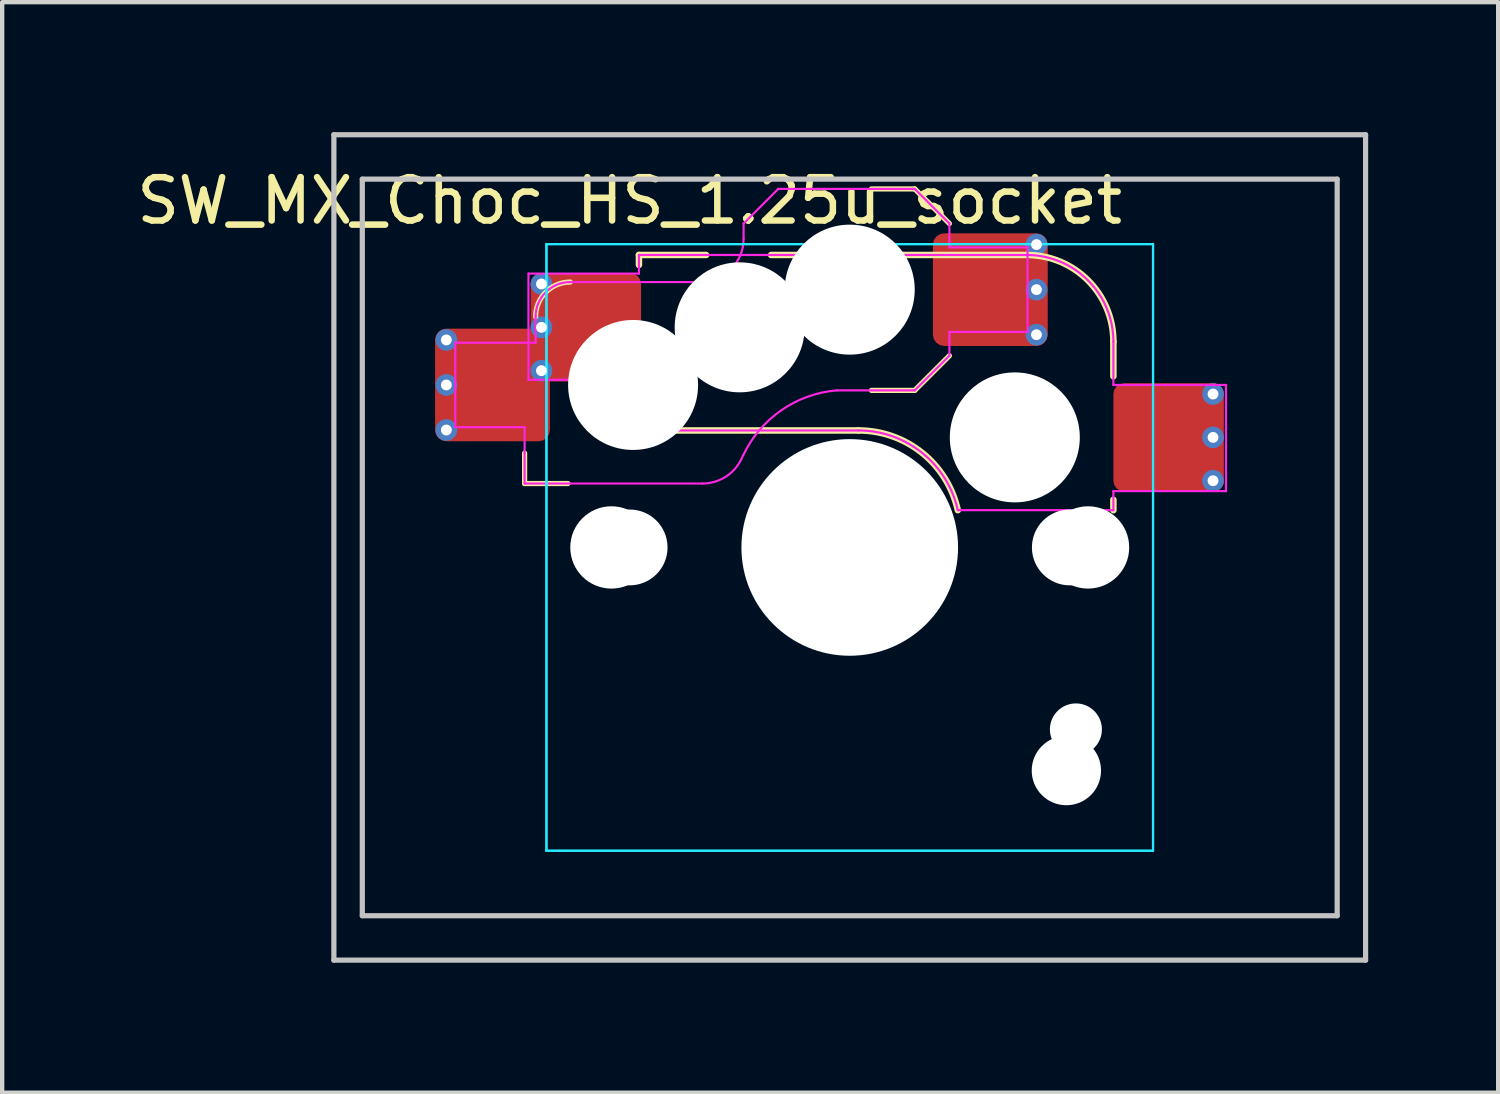
<source format=kicad_pcb>
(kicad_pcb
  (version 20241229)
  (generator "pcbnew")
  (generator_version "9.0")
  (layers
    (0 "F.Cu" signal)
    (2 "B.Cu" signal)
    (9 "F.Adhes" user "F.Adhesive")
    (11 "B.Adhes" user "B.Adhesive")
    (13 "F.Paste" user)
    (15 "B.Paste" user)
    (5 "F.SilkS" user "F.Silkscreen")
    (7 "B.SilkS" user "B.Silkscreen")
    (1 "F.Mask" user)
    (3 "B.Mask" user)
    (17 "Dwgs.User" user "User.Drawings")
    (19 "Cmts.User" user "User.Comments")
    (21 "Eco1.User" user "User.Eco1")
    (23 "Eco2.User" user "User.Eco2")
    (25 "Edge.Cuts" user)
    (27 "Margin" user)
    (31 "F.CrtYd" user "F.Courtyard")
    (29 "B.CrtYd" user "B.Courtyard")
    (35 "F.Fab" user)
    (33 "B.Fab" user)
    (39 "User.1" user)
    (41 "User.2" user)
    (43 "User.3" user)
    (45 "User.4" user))
  (footprint "SW_MX_Choc_HS_1.25u_socket"
    (layer "F.Cu")
    (at 16.562 9.585)
    (property "Reference" "SW_MX_Choc_HS_1.25u_socket" (at -5.08 -8.001 0) (layer "F.SilkS") (effects (font (size 1 1) (thickness 0.15))))
    (attr smd)
    (fp_line (start -7.504 -1.475) (end -7.504 -2.175) (stroke (width 0.12) (type solid)) (layer "F.SilkS"))
    (fp_line (start -7.504 -1.475) (end -6.504 -1.475) (stroke (width 0.12) (type solid)) (layer "F.SilkS"))
    (fp_line (start -4.865 -6.75) (end -4.865 -6.52) (stroke (width 0.15) (type solid)) (layer "F.SilkS"))
    (fp_line (start -4.865 -3.67) (end -4.865 -3.2) (stroke (width 0.15) (type solid)) (layer "F.SilkS"))
    (fp_line (start -4.365 -2.7) (end 0.2 -2.7) (stroke (width 0.15) (type solid)) (layer "F.SilkS"))
    (fp_line (start -3.315 -6.75) (end -4.865 -6.75) (stroke (width 0.15) (type solid)) (layer "F.SilkS"))
    (fp_line (start 1.5 -8.275) (end 0.5 -8.275) (stroke (width 0.12) (type solid)) (layer "F.SilkS"))
    (fp_line (start 1.5 -3.625) (end 0.5 -3.625) (stroke (width 0.12) (type solid)) (layer "F.SilkS"))
    (fp_line (start 1.5 -3.625) (end 2.3 -4.425) (stroke (width 0.12) (type solid)) (layer "F.SilkS"))
    (fp_line (start 2.3 -7.475) (end 1.5 -8.275) (stroke (width 0.12) (type solid)) (layer "F.SilkS"))
    (fp_line (start 4.085 -6.75) (end -1.815 -6.75) (stroke (width 0.15) (type solid)) (layer "F.SilkS"))
    (fp_line (start 6.085 -3.95) (end 6.085 -4.75) (stroke (width 0.15) (type solid)) (layer "F.SilkS"))
    (fp_line (start 6.085 -1.1) (end 6.085 -0.86) (stroke (width 0.15) (type solid)) (layer "F.SilkS"))
    (fp_arc (start -7.25 -5.325) (mid -7.015685 -5.890685) (end -6.45 -6.125) (stroke (width 0.12) (type solid)) (layer "F.SilkS"))
    (fp_arc (start -4.364824 -2.70022) (mid -4.718377 -2.846667) (end -4.864824 -3.20022) (stroke (width 0.15) (type solid)) (layer "F.SilkS"))
    (fp_arc (start 0.2 -2.70022) (mid 1.670693 -2.183637) (end 2.494322 -0.86022) (stroke (width 0.15) (type solid)) (layer "F.SilkS"))
    (fp_arc (start 4.085176 -6.75022) (mid 5.49939 -6.164434) (end 6.085176 -4.75022) (stroke (width 0.15) (type solid)) (layer "F.SilkS"))
    (fp_line (start -11.906 -9.525) (end 11.906 -9.525) (stroke (width 0.12) (type solid)) (layer "Dwgs.User"))
    (fp_line (start -11.906 9.525) (end -11.906 -9.525) (stroke (width 0.12) (type solid)) (layer "Dwgs.User"))
    (fp_line (start -11.25 -8.5) (end -11.25 8.5) (stroke (width 0.12) (type solid)) (layer "Dwgs.User"))
    (fp_line (start -11.25 8.5) (end 11.25 8.5) (stroke (width 0.12) (type solid)) (layer "Dwgs.User"))
    (fp_line (start 11.25 -8.5) (end -11.25 -8.5) (stroke (width 0.12) (type solid)) (layer "Dwgs.User"))
    (fp_line (start 11.25 8.5) (end 11.25 -8.5) (stroke (width 0.12) (type solid)) (layer "Dwgs.User"))
    (fp_line (start 11.906 -9.525) (end 11.906 9.525) (stroke (width 0.12) (type solid)) (layer "Dwgs.User"))
    (fp_line (start 11.906 9.525) (end -11.906 9.525) (stroke (width 0.12) (type solid)) (layer "Dwgs.User"))
    (fp_line (start -7 -6.5) (end -7 6.5) (stroke (width 0.05) (type solid)) (layer "Eco2.User"))
    (fp_line (start -6.95 -6.45) (end -6.95 6.45) (stroke (width 0.05) (type solid)) (layer "Eco2.User"))
    (fp_line (start -6.5 7) (end 6.5 7) (stroke (width 0.05) (type solid)) (layer "Eco2.User"))
    (fp_line (start -6.45 6.95) (end 6.45 6.95) (stroke (width 0.05) (type solid)) (layer "Eco2.User"))
    (fp_line (start 6.45 -6.95) (end -6.45 -6.95) (stroke (width 0.05) (type solid)) (layer "Eco2.User"))
    (fp_line (start 6.5 -7) (end -6.5 -7) (stroke (width 0.05) (type solid)) (layer "Eco2.User"))
    (fp_line (start 6.95 6.45) (end 6.95 -6.45) (stroke (width 0.05) (type solid)) (layer "Eco2.User"))
    (fp_line (start 7 6.5) (end 7 -6.5) (stroke (width 0.05) (type solid)) (layer "Eco2.User"))
    (fp_arc (start -7 -6.5) (mid -6.853553 -6.853553) (end -6.5 -7) (stroke (width 0.05) (type solid)) (layer "Eco2.User"))
    (fp_arc (start -6.95 -6.45) (mid -6.803553 -6.803553) (end -6.45 -6.95) (stroke (width 0.05) (type solid)) (layer "Eco2.User"))
    (fp_arc (start -6.497236 6.998884) (mid -6.850789 6.852437) (end -6.997236 6.498884) (stroke (width 0.05) (type solid)) (layer "Eco2.User"))
    (fp_arc (start -6.45 6.95) (mid -6.803553 6.803553) (end -6.95 6.45) (stroke (width 0.05) (type solid)) (layer "Eco2.User"))
    (fp_arc (start 6.45 -6.95) (mid 6.803553 -6.803553) (end 6.95 -6.45) (stroke (width 0.05) (type solid)) (layer "Eco2.User"))
    (fp_arc (start 6.5 -7) (mid 6.853553 -6.853553) (end 7 -6.5) (stroke (width 0.05) (type solid)) (layer "Eco2.User"))
    (fp_arc (start 6.95 6.45) (mid 6.803553 6.803553) (end 6.45 6.95) (stroke (width 0.05) (type solid)) (layer "Eco2.User"))
    (fp_arc (start 7 6.5) (mid 6.853553 6.853553) (end 6.5 7) (stroke (width 0.05) (type solid)) (layer "Eco2.User"))
    (fp_line (start -7 -7) (end -7 7) (stroke (width 0.05) (type solid)) (layer "B.CrtYd"))
    (fp_line (start -7 -7) (end 7 -7) (stroke (width 0.05) (type solid)) (layer "B.CrtYd"))
    (fp_line (start -7 7) (end -7 -7) (stroke (width 0.05) (type solid)) (layer "B.CrtYd"))
    (fp_line (start -7 7) (end 7 7) (stroke (width 0.05) (type solid)) (layer "B.CrtYd"))
    (fp_line (start 7 -7) (end -7 -7) (stroke (width 0.05) (type solid)) (layer "B.CrtYd"))
    (fp_line (start 7 -7) (end 7 7) (stroke (width 0.05) (type solid)) (layer "B.CrtYd"))
    (fp_line (start 7 7) (end -7 7) (stroke (width 0.05) (type solid)) (layer "B.CrtYd"))
    (fp_line (start 7 7) (end 7 -7) (stroke (width 0.05) (type solid)) (layer "B.CrtYd"))
    (fp_line (start -9.104 -4.725) (end -9.104 -2.775) (stroke (width 0.05) (type solid)) (layer "F.CrtYd"))
    (fp_line (start -9.104 -2.775) (end -7.504 -2.775) (stroke (width 0.05) (type solid)) (layer "F.CrtYd"))
    (fp_line (start -7.504 -2.175) (end -7.504 -2.775) (stroke (width 0.05) (type solid)) (layer "F.CrtYd"))
    (fp_line (start -7.504 -1.475) (end -7.504 -2.175) (stroke (width 0.05) (type solid)) (layer "F.CrtYd"))
    (fp_line (start -7.504 -1.475) (end -3.4 -1.475) (stroke (width 0.05) (type solid)) (layer "F.CrtYd"))
    (fp_line (start -7.415 -6.32) (end -4.865 -6.32) (stroke (width 0.05) (type solid)) (layer "F.CrtYd"))
    (fp_line (start -7.415 -3.87) (end -7.415 -6.32) (stroke (width 0.05) (type solid)) (layer "F.CrtYd"))
    (fp_line (start -7.25 -5.325) (end -7.25 -4.725) (stroke (width 0.05) (type solid)) (layer "F.CrtYd"))
    (fp_line (start -7.25 -4.725) (end -9.104 -4.725) (stroke (width 0.05) (type solid)) (layer "F.CrtYd"))
    (fp_line (start -4.865 -6.75) (end -4.865 -6.32) (stroke (width 0.05) (type solid)) (layer "F.CrtYd"))
    (fp_line (start -4.865 -3.87) (end -7.415 -3.87) (stroke (width 0.05) (type solid)) (layer "F.CrtYd"))
    (fp_line (start -4.865 -3.87) (end -4.865 -2.7) (stroke (width 0.05) (type solid)) (layer "F.CrtYd"))
    (fp_line (start -4.865 -2.7) (end 0.2 -2.7) (stroke (width 0.05) (type solid)) (layer "F.CrtYd"))
    (fp_line (start -3.45 -6.125) (end -6.45 -6.125) (stroke (width 0.05) (type solid)) (layer "F.CrtYd"))
    (fp_line (start -2.45 -7.475) (end -2.45 -7.125) (stroke (width 0.05) (type solid)) (layer "F.CrtYd"))
    (fp_line (start -2.45 -7.475) (end -1.65 -8.275) (stroke (width 0.05) (type solid)) (layer "F.CrtYd"))
    (fp_line (start 1.5 -8.275) (end -1.65 -8.275) (stroke (width 0.05) (type solid)) (layer "F.CrtYd"))
    (fp_line (start 1.5 -3.625) (end -0.3 -3.625) (stroke (width 0.05) (type solid)) (layer "F.CrtYd"))
    (fp_line (start 1.5 -3.625) (end 2.3 -4.425) (stroke (width 0.05) (type solid)) (layer "F.CrtYd"))
    (fp_line (start 2.3 -7.475) (end 1.5 -8.275) (stroke (width 0.05) (type solid)) (layer "F.CrtYd"))
    (fp_line (start 2.3 -7.475) (end 2.3 -6.925) (stroke (width 0.05) (type solid)) (layer "F.CrtYd"))
    (fp_line (start 2.3 -4.975) (end 2.3 -4.425) (stroke (width 0.05) (type solid)) (layer "F.CrtYd"))
    (fp_line (start 4.085 -6.75) (end -4.865 -6.75) (stroke (width 0.05) (type solid)) (layer "F.CrtYd"))
    (fp_line (start 4.104 -6.925) (end 2.3 -6.925) (stroke (width 0.05) (type solid)) (layer "F.CrtYd"))
    (fp_line (start 4.104 -4.975) (end 2.3 -4.975) (stroke (width 0.05) (type solid)) (layer "F.CrtYd"))
    (fp_line (start 4.104 -4.975) (end 4.104 -6.925) (stroke (width 0.05) (type solid)) (layer "F.CrtYd"))
    (fp_line (start 6.085 -3.75) (end 6.085 -4.75) (stroke (width 0.05) (type solid)) (layer "F.CrtYd"))
    (fp_line (start 6.085 -3.75) (end 8.685 -3.75) (stroke (width 0.05) (type solid)) (layer "F.CrtYd"))
    (fp_line (start 6.085 -1.3) (end 6.085 -0.86) (stroke (width 0.05) (type solid)) (layer "F.CrtYd"))
    (fp_line (start 6.085 -0.86) (end 2.494 -0.86) (stroke (width 0.05) (type solid)) (layer "F.CrtYd"))
    (fp_line (start 8.685 -3.75) (end 8.685 -1.3) (stroke (width 0.05) (type solid)) (layer "F.CrtYd"))
    (fp_line (start 8.685 -1.3) (end 6.085 -1.3) (stroke (width 0.05) (type solid)) (layer "F.CrtYd"))
    (fp_arc (start -7.25 -5.325) (mid -7.015685 -5.890685) (end -6.45 -6.125) (stroke (width 0.05) (type solid)) (layer "F.CrtYd"))
    (fp_arc (start -2.460307 -2.13298) (mid -2.826423 -1.655848) (end -3.4 -1.475) (stroke (width 0.05) (type solid)) (layer "F.CrtYd"))
    (fp_arc (start -2.455444 -2.13293) (mid -1.577272 -3.167235) (end -0.299999 -3.624999) (stroke (width 0.05) (type solid)) (layer "F.CrtYd"))
    (fp_arc (start -2.45 -7.125) (mid -2.742893 -6.417893) (end -3.45 -6.125) (stroke (width 0.05) (type solid)) (layer "F.CrtYd"))
    (fp_arc (start 0.2 -2.70022) (mid 1.670503 -2.183399) (end 2.494322 -0.86022) (stroke (width 0.05) (type solid)) (layer "F.CrtYd"))
    (fp_arc (start 4.085176 -6.75022) (mid 5.49939 -6.164434) (end 6.085176 -4.75022) (stroke (width 0.05) (type solid)) (layer "F.CrtYd"))
    (pad "" np_thru_hole circle (at -5.5 0) (size 1.9 1.9) (drill 1.9) (layers "*.Cu" "*.Mask"))
    (pad "" np_thru_hole circle (at -5.08 0) (size 1.75 1.75) (drill 1.75) (layers "*.Cu" "*.Mask"))
    (pad "" np_thru_hole circle (at -5 -3.75 180) (size 3 3) (drill 3) (layers "*.Cu" "*.Mask"))
    (pad "" np_thru_hole circle (at -2.54 -5.08) (size 3 3) (drill 3) (layers "*.Cu" "*.Mask"))
    (pad "" np_thru_hole circle (at 0 -5.95 180) (size 3 3) (drill 3) (layers "*.Cu" "*.Mask"))
    (pad "" np_thru_hole circle (at 0 0) (size 5 5) (drill 5) (layers "*.Cu" "*.Mask"))
    (pad "" np_thru_hole circle (at 3.81 -2.54) (size 3 3) (drill 3) (layers "*.Cu" "*.Mask"))
    (pad "" np_thru_hole circle (at 5 5.15) (size 1.6 1.6) (drill 1.6) (layers "*.Cu" "*.Mask"))
    (pad "" np_thru_hole circle (at 5.08 0) (size 1.75 1.75) (drill 1.75) (layers "*.Cu" "*.Mask"))
    (pad "" np_thru_hole circle (at 5.22 4.2) (size 1.2 1.2) (drill 1.2) (layers "*.Cu" "*.Mask"))
    (pad "" np_thru_hole circle (at 5.5 0) (size 1.9 1.9) (drill 1.9) (layers "*.Cu" "*.Mask"))
    (pad "1" thru_hole circle (at -9.31 -4.79) (size 0.5 0.5) (drill 0.25) (layers "*.Cu"))
    (pad "1" thru_hole circle (at -9.31 -3.75) (size 0.5 0.5) (drill 0.25) (layers "*.Cu"))
    (pad "1" thru_hole circle (at -9.31 -2.71) (size 0.5 0.5) (drill 0.25) (layers "*.Cu"))
    (pad "1" smd roundrect (at -8.245 -3.75 180) (size 2.65 2.6) (layers "F.Cu" "F.Mask" "F.Paste") (roundrect_rratio 0.1))
    (pad "1" thru_hole circle (at -7.115 -6.08) (size 0.5 0.5) (drill 0.25) (layers "*.Cu"))
    (pad "1" thru_hole circle (at -7.115 -5.08) (size 0.5 0.5) (drill 0.25) (layers "*.Cu"))
    (pad "1" thru_hole circle (at -7.115 -4.08) (size 0.5 0.5) (drill 0.25) (layers "*.Cu"))
    (pad "1" smd roundrect (at -6.09 -5.08) (size 2.55 2.5) (layers "F.Cu" "F.Mask" "F.Paste") (roundrect_rratio 0.1))
    (pad "2" smd roundrect (at 3.245 -5.95 180) (size 2.65 2.6) (layers "F.Cu" "F.Mask" "F.Paste") (roundrect_rratio 0.1))
    (pad "2" thru_hole circle (at 4.31 -6.99) (size 0.5 0.5) (drill 0.25) (layers "*.Cu"))
    (pad "2" thru_hole circle (at 4.31 -5.95) (size 0.5 0.5) (drill 0.25) (layers "*.Cu"))
    (pad "2" thru_hole circle (at 4.31 -4.91) (size 0.5 0.5) (drill 0.25) (layers "*.Cu"))
    (pad "2" smd roundrect (at 7.36 -2.54) (size 2.55 2.5) (layers "F.Cu" "F.Mask" "F.Paste") (roundrect_rratio 0.1))
    (pad "2" thru_hole circle (at 8.385 -3.54) (size 0.5 0.5) (drill 0.25) (layers "*.Cu"))
    (pad "2" thru_hole circle (at 8.385 -2.54) (size 0.5 0.5) (drill 0.25) (layers "*.Cu"))
    (pad "2" thru_hole circle (at 8.385 -1.54) (size 0.5 0.5) (drill 0.25) (layers "*.Cu")))
  (gr_rect
    (start -3 -3)
    (end 31.528 22.17)
    (stroke (width 0.1) (type default))
    (fill no)
    (layer "Edge.Cuts")))
</source>
